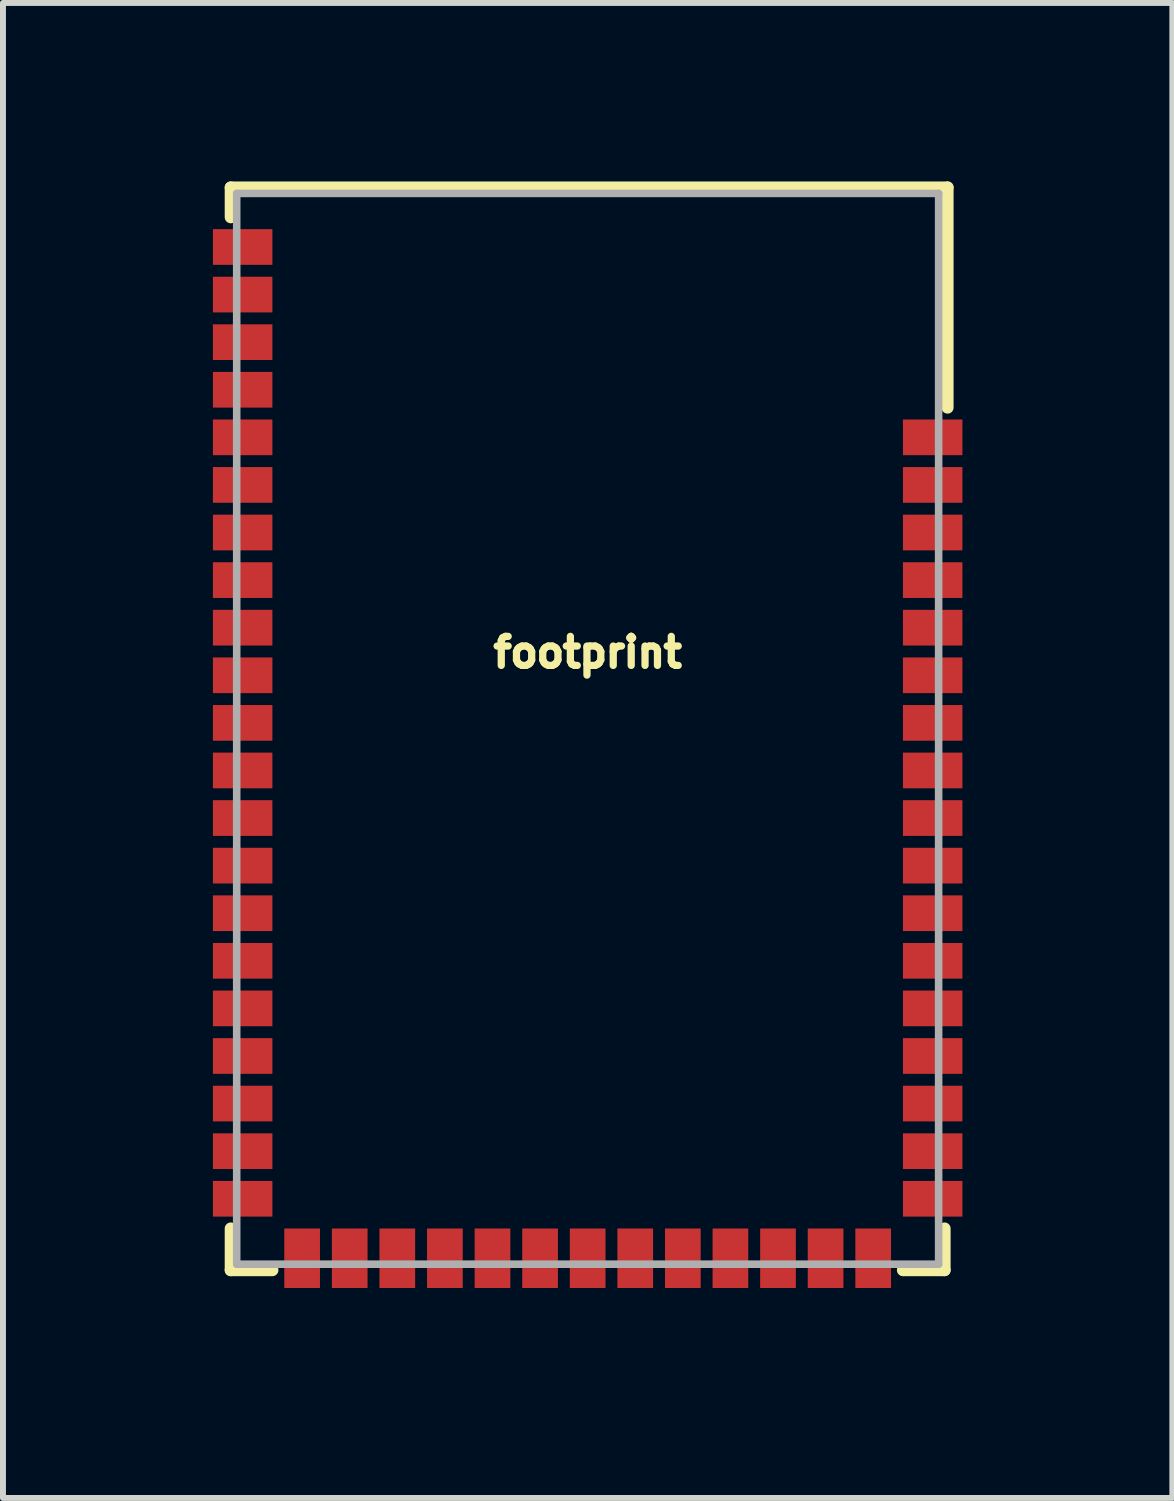
<source format=kicad_pcb>
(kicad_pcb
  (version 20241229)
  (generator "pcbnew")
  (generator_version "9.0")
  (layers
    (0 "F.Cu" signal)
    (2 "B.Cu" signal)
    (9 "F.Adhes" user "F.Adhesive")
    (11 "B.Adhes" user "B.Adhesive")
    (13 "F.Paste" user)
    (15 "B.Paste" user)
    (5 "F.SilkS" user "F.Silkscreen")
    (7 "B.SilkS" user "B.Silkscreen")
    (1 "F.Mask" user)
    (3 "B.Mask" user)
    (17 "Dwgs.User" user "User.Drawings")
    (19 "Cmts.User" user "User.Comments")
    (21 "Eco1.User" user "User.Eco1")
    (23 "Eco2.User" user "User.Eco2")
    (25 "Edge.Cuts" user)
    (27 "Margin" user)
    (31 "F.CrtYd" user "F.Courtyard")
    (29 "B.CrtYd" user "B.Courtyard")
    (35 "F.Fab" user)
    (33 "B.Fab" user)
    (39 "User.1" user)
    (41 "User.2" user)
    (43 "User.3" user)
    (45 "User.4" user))
  (footprint "footprint"
    (layer "F.Cu")
    (at 6.829 9.202)
    (property "Reference" "footprint" (at 0 -1 0) (layer "F.SilkS") (effects (font (size 0.488 0.488) (thickness 0.122)) (justify bottom)))
    (fp_line (start -6 -9.1) (end 6.05 -9.1) (stroke (width 0.203) (type solid)) (layer "F.SilkS"))
    (fp_line (start -6 -8.6) (end -6 -9.1) (stroke (width 0.203) (type solid)) (layer "F.SilkS"))
    (fp_line (start -6 9.1) (end -6 8.4) (stroke (width 0.203) (type solid)) (layer "F.SilkS"))
    (fp_line (start -5.3 9.1) (end -6 9.1) (stroke (width 0.203) (type solid)) (layer "F.SilkS"))
    (fp_line (start 6 8.4) (end 6 9.1) (stroke (width 0.203) (type solid)) (layer "F.SilkS"))
    (fp_line (start 6 9.1) (end 5.3 9.1) (stroke (width 0.203) (type solid)) (layer "F.SilkS"))
    (fp_line (start 6.05 -9.1) (end 6.05 -5.4) (stroke (width 0.203) (type solid)) (layer "F.SilkS"))
    (fp_poly (pts (xy -5.554 -1.894) (xy -5.308 -1.894) (xy -5.308 -1.535) (xy -5.564 -1.535) (xy -5.699 -1.401) (xy -6.829 -1.401) (xy -6.829 -2.003) (xy -5.663 -2.003)) (stroke (width 0) (type solid)) (fill yes) (layer "F.Paste"))
    (fp_poly (pts (xy -5.553 -5.092) (xy -5.307 -5.092) (xy -5.307 -4.734) (xy -5.563 -4.734) (xy -5.698 -4.599) (xy -6.828 -4.599) (xy -6.828 -5.201) (xy -5.662 -5.201)) (stroke (width 0) (type solid)) (fill yes) (layer "F.Paste"))
    (fp_poly (pts (xy -5.552 -7.491) (xy -5.305 -7.491) (xy -5.305 -7.133) (xy -5.562 -7.133) (xy -5.696 -6.998) (xy -6.827 -6.998) (xy -6.827 -7.6) (xy -5.661 -7.6)) (stroke (width 0) (type solid)) (fill yes) (layer "F.Paste"))
    (fp_poly (pts (xy -5.55 2.104) (xy -5.303 2.104) (xy -5.303 2.462) (xy -5.56 2.462) (xy -5.694 2.597) (xy -6.825 2.597) (xy -6.825 1.995) (xy -5.659 1.995)) (stroke (width 0) (type solid)) (fill yes) (layer "F.Paste"))
    (fp_poly (pts (xy -5.549 -1.1) (xy -5.303 -1.1) (xy -5.303 -0.741) (xy -5.56 -0.741) (xy -5.694 -0.607) (xy -6.824 -0.607) (xy -6.824 -1.209) (xy -5.659 -1.209)) (stroke (width 0) (type solid)) (fill yes) (layer "F.Paste"))
    (fp_poly (pts (xy -5.549 -3.49) (xy -5.303 -3.49) (xy -5.303 -3.132) (xy -5.559 -3.132) (xy -5.694 -2.997) (xy -6.824 -2.997) (xy -6.824 -3.599) (xy -5.658 -3.599)) (stroke (width 0) (type solid)) (fill yes) (layer "F.Paste"))
    (fp_poly (pts (xy -5.548 -0.287) (xy -5.302 -0.287) (xy -5.302 0.072) (xy -5.559 0.072) (xy -5.693 0.206) (xy -6.823 0.206) (xy -6.823 -0.396) (xy -5.658 -0.396)) (stroke (width 0) (type solid)) (fill yes) (layer "F.Paste"))
    (fp_poly (pts (xy -5.548 4.506) (xy -5.302 4.506) (xy -5.302 4.865) (xy -5.559 4.865) (xy -5.693 4.999) (xy -6.823 4.999) (xy -6.823 4.397) (xy -5.658 4.397)) (stroke (width 0) (type solid)) (fill yes) (layer "F.Paste"))
    (fp_poly (pts (xy -5.548 0.5) (xy -5.301 0.5) (xy -5.301 0.858) (xy -5.558 0.858) (xy -5.693 0.993) (xy -6.823 0.993) (xy -6.823 0.391) (xy -5.657 0.391)) (stroke (width 0) (type solid)) (fill yes) (layer "F.Paste"))
    (fp_poly (pts (xy -5.548 5.308) (xy -5.301 5.308) (xy -5.301 5.666) (xy -5.558 5.666) (xy -5.692 5.801) (xy -6.823 5.801) (xy -6.823 5.199) (xy -5.657 5.199)) (stroke (width 0) (type solid)) (fill yes) (layer "F.Paste"))
    (fp_poly (pts (xy -5.547 6.118) (xy -5.301 6.118) (xy -5.301 6.476) (xy -5.558 6.476) (xy -5.692 6.611) (xy -6.822 6.611) (xy -6.822 6.009) (xy -5.657 6.009)) (stroke (width 0) (type solid)) (fill yes) (layer "F.Paste"))
    (fp_poly (pts (xy -5.547 6.914) (xy -5.301 6.914) (xy -5.301 7.272) (xy -5.558 7.272) (xy -5.692 7.406) (xy -6.822 7.406) (xy -6.822 6.804) (xy -5.657 6.804)) (stroke (width 0) (type solid)) (fill yes) (layer "F.Paste"))
    (fp_poly (pts (xy -5.547 7.709) (xy -5.301 7.709) (xy -5.301 8.067) (xy -5.558 8.067) (xy -5.692 8.202) (xy -6.822 8.202) (xy -6.822 7.6) (xy -5.657 7.6)) (stroke (width 0) (type solid)) (fill yes) (layer "F.Paste"))
    (fp_poly (pts (xy -5.547 -8.292) (xy -5.3 -8.292) (xy -5.3 -7.934) (xy -5.557 -7.934) (xy -5.692 -7.799) (xy -6.822 -7.799) (xy -6.822 -8.401) (xy -5.656 -8.401)) (stroke (width 0) (type solid)) (fill yes) (layer "F.Paste"))
    (fp_poly (pts (xy -5.547 -6.69) (xy -5.3 -6.69) (xy -5.3 -6.332) (xy -5.557 -6.332) (xy -5.692 -6.197) (xy -6.822 -6.197) (xy -6.822 -6.799) (xy -5.656 -6.799)) (stroke (width 0) (type solid)) (fill yes) (layer "F.Paste"))
    (fp_poly (pts (xy -5.547 -5.892) (xy -5.3 -5.892) (xy -5.3 -5.534) (xy -5.557 -5.534) (xy -5.692 -5.4) (xy -6.822 -5.4) (xy -6.822 -6.002) (xy -5.656 -6.002)) (stroke (width 0) (type solid)) (fill yes) (layer "F.Paste"))
    (fp_poly (pts (xy -5.546 -2.694) (xy -5.299 -2.694) (xy -5.299 -2.336) (xy -5.556 -2.336) (xy -5.691 -2.202) (xy -6.821 -2.202) (xy -6.821 -2.804) (xy -5.655 -2.804)) (stroke (width 0) (type solid)) (fill yes) (layer "F.Paste"))
    (fp_poly (pts (xy -5.546 3.711) (xy -5.299 3.711) (xy -5.299 4.069) (xy -5.556 4.069) (xy -5.691 4.204) (xy -6.821 4.204) (xy -6.821 3.602) (xy -5.655 3.602)) (stroke (width 0) (type solid)) (fill yes) (layer "F.Paste"))
    (fp_poly (pts (xy -5.544 1.312) (xy -5.298 1.312) (xy -5.298 1.67) (xy -5.554 1.67) (xy -5.689 1.805) (xy -6.819 1.805) (xy -6.819 1.203) (xy -5.654 1.203)) (stroke (width 0) (type solid)) (fill yes) (layer "F.Paste"))
    (fp_poly (pts (xy -5.542 2.917) (xy -5.295 2.917) (xy -5.295 3.275) (xy -5.552 3.275) (xy -5.686 3.41) (xy -6.817 3.41) (xy -6.817 2.808) (xy -5.651 2.808)) (stroke (width 0) (type solid)) (fill yes) (layer "F.Paste"))
    (fp_poly (pts (xy -5.539 -4.293) (xy -5.293 -4.293) (xy -5.293 -3.935) (xy -5.549 -3.935) (xy -5.684 -3.8) (xy -6.814 -3.8) (xy -6.814 -4.402) (xy -5.648 -4.402)) (stroke (width 0) (type solid)) (fill yes) (layer "F.Paste"))
    (fp_poly (pts (xy -4.632 8.662) (xy -4.497 8.796) (xy -4.497 9.927) (xy -5.099 9.927) (xy -5.099 8.761) (xy -4.99 8.652) (xy -4.99 8.405) (xy -4.632 8.405)) (stroke (width 0) (type solid)) (fill yes) (layer "F.Paste"))
    (fp_poly (pts (xy -3.826 8.665) (xy -3.691 8.8) (xy -3.691 9.93) (xy -4.293 9.93) (xy -4.293 8.765) (xy -4.184 8.655) (xy -4.184 8.409) (xy -3.826 8.409)) (stroke (width 0) (type solid)) (fill yes) (layer "F.Paste"))
    (fp_poly (pts (xy -3.019 8.659) (xy -2.884 8.793) (xy -2.884 9.924) (xy -3.486 9.924) (xy -3.486 8.758) (xy -3.377 8.648) (xy -3.377 8.402) (xy -3.019 8.402)) (stroke (width 0) (type solid)) (fill yes) (layer "F.Paste"))
    (fp_poly (pts (xy -2.224 8.658) (xy -2.089 8.792) (xy -2.089 9.923) (xy -2.691 9.923) (xy -2.691 8.757) (xy -2.582 8.648) (xy -2.582 8.401) (xy -2.224 8.401)) (stroke (width 0) (type solid)) (fill yes) (layer "F.Paste"))
    (fp_poly (pts (xy -1.422 8.665) (xy -1.287 8.799) (xy -1.287 9.93) (xy -1.889 9.93) (xy -1.889 8.764) (xy -1.78 8.655) (xy -1.78 8.408) (xy -1.422 8.408)) (stroke (width 0) (type solid)) (fill yes) (layer "F.Paste"))
    (fp_poly (pts (xy -0.618 8.656) (xy -0.484 8.79) (xy -0.484 9.92) (xy -1.086 9.92) (xy -1.086 8.755) (xy -0.976 8.645) (xy -0.976 8.399) (xy -0.618 8.399)) (stroke (width 0) (type solid)) (fill yes) (layer "F.Paste"))
    (fp_poly (pts (xy 0.178 8.658) (xy 0.313 8.792) (xy 0.313 9.923) (xy -0.289 9.923) (xy -0.289 8.757) (xy -0.18 8.648) (xy -0.18 8.401) (xy 0.178 8.401)) (stroke (width 0) (type solid)) (fill yes) (layer "F.Paste"))
    (fp_poly (pts (xy 0.967 8.665) (xy 1.102 8.8) (xy 1.102 9.93) (xy 0.5 9.93) (xy 0.5 8.765) (xy 0.609 8.655) (xy 0.609 8.409) (xy 0.967 8.409)) (stroke (width 0) (type solid)) (fill yes) (layer "F.Paste"))
    (fp_poly (pts (xy 1.776 8.655) (xy 1.91 8.789) (xy 1.91 9.92) (xy 1.308 9.92) (xy 1.308 8.754) (xy 1.418 8.645) (xy 1.418 8.398) (xy 1.776 8.398)) (stroke (width 0) (type solid)) (fill yes) (layer "F.Paste"))
    (fp_poly (pts (xy 2.575 8.659) (xy 2.709 8.794) (xy 2.709 9.924) (xy 2.107 9.924) (xy 2.107 8.758) (xy 2.217 8.649) (xy 2.217 8.403) (xy 2.575 8.403)) (stroke (width 0) (type solid)) (fill yes) (layer "F.Paste"))
    (fp_poly (pts (xy 3.386 8.658) (xy 3.521 8.792) (xy 3.521 9.923) (xy 2.919 9.923) (xy 2.919 8.757) (xy 3.028 8.648) (xy 3.028 8.401) (xy 3.386 8.401)) (stroke (width 0) (type solid)) (fill yes) (layer "F.Paste"))
    (fp_poly (pts (xy 4.176 8.654) (xy 4.311 8.788) (xy 4.311 9.918) (xy 3.709 9.918) (xy 3.709 8.753) (xy 3.818 8.643) (xy 3.818 8.397) (xy 4.176 8.397)) (stroke (width 0) (type solid)) (fill yes) (layer "F.Paste"))
    (fp_poly (pts (xy 4.974 8.659) (xy 5.108 8.793) (xy 5.108 9.924) (xy 4.506 9.924) (xy 4.506 8.758) (xy 4.615 8.648) (xy 4.615 8.402) (xy 4.974 8.402)) (stroke (width 0) (type solid)) (fill yes) (layer "F.Paste"))
    (fp_poly (pts (xy 6.811 5.795) (xy 5.645 5.795) (xy 5.536 5.686) (xy 5.29 5.686) (xy 5.29 5.328) (xy 5.546 5.328) (xy 5.681 5.193) (xy 6.811 5.193)) (stroke (width 0) (type solid)) (fill yes) (layer "F.Paste"))
    (fp_poly (pts (xy 6.811 -1.398) (xy 5.645 -1.398) (xy 5.536 -1.507) (xy 5.29 -1.507) (xy 5.29 -1.865) (xy 5.546 -1.865) (xy 5.681 -1.999) (xy 6.811 -1.999)) (stroke (width 0) (type solid)) (fill yes) (layer "F.Paste"))
    (fp_poly (pts (xy 6.816 -0.595) (xy 5.65 -0.595) (xy 5.541 -0.704) (xy 5.294 -0.704) (xy 5.294 -1.062) (xy 5.551 -1.062) (xy 5.685 -1.197) (xy 6.816 -1.197)) (stroke (width 0) (type solid)) (fill yes) (layer "F.Paste"))
    (fp_poly (pts (xy 6.816 8.212) (xy 5.65 8.212) (xy 5.541 8.102) (xy 5.295 8.102) (xy 5.295 7.744) (xy 5.551 7.744) (xy 5.686 7.61) (xy 6.816 7.61)) (stroke (width 0) (type solid)) (fill yes) (layer "F.Paste"))
    (fp_poly (pts (xy 6.816 7.406) (xy 5.65 7.406) (xy 5.541 7.297) (xy 5.295 7.297) (xy 5.295 6.939) (xy 5.551 6.939) (xy 5.686 6.804) (xy 6.816 6.804)) (stroke (width 0) (type solid)) (fill yes) (layer "F.Paste"))
    (fp_poly (pts (xy 6.817 6.6) (xy 5.651 6.6) (xy 5.542 6.491) (xy 5.295 6.491) (xy 5.295 6.133) (xy 5.552 6.133) (xy 5.686 5.998) (xy 6.817 5.998)) (stroke (width 0) (type solid)) (fill yes) (layer "F.Paste"))
    (fp_poly (pts (xy 6.818 -4.599) (xy 5.652 -4.599) (xy 5.543 -4.708) (xy 5.296 -4.708) (xy 5.296 -5.066) (xy 5.553 -5.066) (xy 5.688 -5.201) (xy 6.818 -5.201)) (stroke (width 0) (type solid)) (fill yes) (layer "F.Paste"))
    (fp_poly (pts (xy 6.819 4.204) (xy 5.653 4.204) (xy 5.544 4.094) (xy 5.297 4.094) (xy 5.297 3.736) (xy 5.554 3.736) (xy 5.688 3.602) (xy 6.819 3.602)) (stroke (width 0) (type solid)) (fill yes) (layer "F.Paste"))
    (fp_poly (pts (xy 6.822 2.603) (xy 5.656 2.603) (xy 5.547 2.494) (xy 5.3 2.494) (xy 5.3 2.135) (xy 5.557 2.135) (xy 5.691 2.001) (xy 6.822 2.001)) (stroke (width 0) (type solid)) (fill yes) (layer "F.Paste"))
    (fp_poly (pts (xy 6.822 0.994) (xy 5.657 0.994) (xy 5.547 0.885) (xy 5.301 0.885) (xy 5.301 0.527) (xy 5.558 0.527) (xy 5.692 0.392) (xy 6.822 0.392)) (stroke (width 0) (type solid)) (fill yes) (layer "F.Paste"))
    (fp_poly (pts (xy 6.822 1.8) (xy 5.657 1.8) (xy 5.547 1.69) (xy 5.301 1.69) (xy 5.301 1.332) (xy 5.558 1.332) (xy 5.692 1.198) (xy 6.822 1.198)) (stroke (width 0) (type solid)) (fill yes) (layer "F.Paste"))
    (fp_poly (pts (xy 6.824 4.998) (xy 5.658 4.998) (xy 5.549 4.888) (xy 5.303 4.888) (xy 5.303 4.53) (xy 5.559 4.53) (xy 5.694 4.396) (xy 6.824 4.396)) (stroke (width 0) (type solid)) (fill yes) (layer "F.Paste"))
    (fp_poly (pts (xy 6.825 -3.8) (xy 5.659 -3.8) (xy 5.55 -3.91) (xy 5.303 -3.91) (xy 5.303 -4.268) (xy 5.56 -4.268) (xy 5.694 -4.402) (xy 6.825 -4.402)) (stroke (width 0) (type solid)) (fill yes) (layer "F.Paste"))
    (fp_poly (pts (xy 6.827 -2.198) (xy 5.661 -2.198) (xy 5.552 -2.307) (xy 5.306 -2.307) (xy 5.306 -2.665) (xy 5.562 -2.665) (xy 5.697 -2.8) (xy 6.827 -2.8)) (stroke (width 0) (type solid)) (fill yes) (layer "F.Paste"))
    (fp_poly (pts (xy 6.828 3.404) (xy 5.662 3.404) (xy 5.553 3.295) (xy 5.306 3.295) (xy 5.306 2.937) (xy 5.563 2.937) (xy 5.697 2.802) (xy 6.828 2.802)) (stroke (width 0) (type solid)) (fill yes) (layer "F.Paste"))
    (fp_poly (pts (xy 6.828 -2.998) (xy 5.662 -2.998) (xy 5.553 -3.107) (xy 5.307 -3.107) (xy 5.307 -3.465) (xy 5.563 -3.465) (xy 5.698 -3.6) (xy 6.828 -3.6)) (stroke (width 0) (type solid)) (fill yes) (layer "F.Paste"))
    (fp_poly (pts (xy 6.829 0.203) (xy 5.663 0.203) (xy 5.554 0.094) (xy 5.308 0.094) (xy 5.308 -0.264) (xy 5.564 -0.264) (xy 5.699 -0.399) (xy 6.829 -0.399)) (stroke (width 0) (type solid)) (fill yes) (layer "F.Paste"))
    (fp_line (start -5.9 -9) (end 5.9 -9) (stroke (width 0.127) (type solid)) (layer "F.Fab"))
    (fp_line (start -5.9 9) (end -5.9 -9) (stroke (width 0.127) (type solid)) (layer "F.Fab"))
    (fp_line (start 5.9 -9) (end 5.9 9) (stroke (width 0.127) (type solid)) (layer "F.Fab"))
    (fp_line (start 5.9 9) (end -5.9 9) (stroke (width 0.127) (type solid)) (layer "F.Fab"))
    (pad "1" smd rect (at -5.8 -8.1) (size 1 0.6) (layers "F.Cu" "F.Mask"))
    (pad "2" smd rect (at -5.8 -7.3) (size 1 0.6) (layers "F.Cu" "F.Mask"))
    (pad "3" smd rect (at -5.8 -6.5) (size 1 0.6) (layers "F.Cu" "F.Mask"))
    (pad "4" smd rect (at -5.8 -5.7) (size 1 0.6) (layers "F.Cu" "F.Mask"))
    (pad "5" smd rect (at -5.8 -4.9) (size 1 0.6) (layers "F.Cu" "F.Mask"))
    (pad "6" smd rect (at -5.8 -4.1) (size 1 0.6) (layers "F.Cu" "F.Mask"))
    (pad "7" smd rect (at -5.8 -3.3) (size 1 0.6) (layers "F.Cu" "F.Mask"))
    (pad "8" smd rect (at -5.8 -2.5) (size 1 0.6) (layers "F.Cu" "F.Mask"))
    (pad "9" smd rect (at -5.8 -1.7) (size 1 0.6) (layers "F.Cu" "F.Mask"))
    (pad "10" smd rect (at -5.8 -0.9) (size 1 0.6) (layers "F.Cu" "F.Mask"))
    (pad "11" smd rect (at -5.8 -0.1) (size 1 0.6) (layers "F.Cu" "F.Mask"))
    (pad "12" smd rect (at -5.8 0.7) (size 1 0.6) (layers "F.Cu" "F.Mask"))
    (pad "13" smd rect (at -5.8 1.5) (size 1 0.6) (layers "F.Cu" "F.Mask"))
    (pad "14" smd rect (at -5.8 2.3) (size 1 0.6) (layers "F.Cu" "F.Mask"))
    (pad "15" smd rect (at -5.8 3.1) (size 1 0.6) (layers "F.Cu" "F.Mask"))
    (pad "16" smd rect (at -5.8 3.9) (size 1 0.6) (layers "F.Cu" "F.Mask"))
    (pad "17" smd rect (at -5.8 4.7) (size 1 0.6) (layers "F.Cu" "F.Mask"))
    (pad "18" smd rect (at -5.8 5.5) (size 1 0.6) (layers "F.Cu" "F.Mask"))
    (pad "19" smd rect (at -5.8 6.3) (size 1 0.6) (layers "F.Cu" "F.Mask"))
    (pad "20" smd rect (at -5.8 7.1) (size 1 0.6) (layers "F.Cu" "F.Mask"))
    (pad "21" smd rect (at -5.8 7.9) (size 1 0.6) (layers "F.Cu" "F.Mask"))
    (pad "22" smd rect (at -4.8 8.9 90) (size 1 0.6) (layers "F.Cu" "F.Mask"))
    (pad "23" smd rect (at -4 8.9 90) (size 1 0.6) (layers "F.Cu" "F.Mask"))
    (pad "24" smd rect (at -3.2 8.9 90) (size 1 0.6) (layers "F.Cu" "F.Mask"))
    (pad "25" smd rect (at -2.4 8.9 90) (size 1 0.6) (layers "F.Cu" "F.Mask"))
    (pad "26" smd rect (at -1.6 8.9 90) (size 1 0.6) (layers "F.Cu" "F.Mask"))
    (pad "27" smd rect (at -0.8 8.9 90) (size 1 0.6) (layers "F.Cu" "F.Mask"))
    (pad "28" smd rect (at 0 8.9 90) (size 1 0.6) (layers "F.Cu" "F.Mask"))
    (pad "29" smd rect (at 0.8 8.9 90) (size 1 0.6) (layers "F.Cu" "F.Mask"))
    (pad "30" smd rect (at 1.6 8.9 90) (size 1 0.6) (layers "F.Cu" "F.Mask"))
    (pad "31" smd rect (at 2.4 8.9 90) (size 1 0.6) (layers "F.Cu" "F.Mask"))
    (pad "32" smd rect (at 3.2 8.9 90) (size 1 0.6) (layers "F.Cu" "F.Mask"))
    (pad "33" smd rect (at 4 8.9 90) (size 1 0.6) (layers "F.Cu" "F.Mask"))
    (pad "34" smd rect (at 4.8 8.9 90) (size 1 0.6) (layers "F.Cu" "F.Mask"))
    (pad "35" smd rect (at 5.8 7.9) (size 1 0.6) (layers "F.Cu" "F.Mask"))
    (pad "36" smd rect (at 5.8 7.1) (size 1 0.6) (layers "F.Cu" "F.Mask"))
    (pad "37" smd rect (at 5.8 6.3) (size 1 0.6) (layers "F.Cu" "F.Mask"))
    (pad "38" smd rect (at 5.8 5.5) (size 1 0.6) (layers "F.Cu" "F.Mask"))
    (pad "39" smd rect (at 5.8 4.7) (size 1 0.6) (layers "F.Cu" "F.Mask"))
    (pad "40" smd rect (at 5.8 3.9) (size 1 0.6) (layers "F.Cu" "F.Mask"))
    (pad "41" smd rect (at 5.8 3.1) (size 1 0.6) (layers "F.Cu" "F.Mask"))
    (pad "42" smd rect (at 5.8 2.3) (size 1 0.6) (layers "F.Cu" "F.Mask"))
    (pad "43" smd rect (at 5.8 1.5) (size 1 0.6) (layers "F.Cu" "F.Mask"))
    (pad "44" smd rect (at 5.8 0.7) (size 1 0.6) (layers "F.Cu" "F.Mask"))
    (pad "45" smd rect (at 5.8 -0.1) (size 1 0.6) (layers "F.Cu" "F.Mask"))
    (pad "46" smd rect (at 5.8 -0.9) (size 1 0.6) (layers "F.Cu" "F.Mask"))
    (pad "47" smd rect (at 5.8 -1.7) (size 1 0.6) (layers "F.Cu" "F.Mask"))
    (pad "48" smd rect (at 5.8 -2.5) (size 1 0.6) (layers "F.Cu" "F.Mask"))
    (pad "49" smd rect (at 5.8 -3.3) (size 1 0.6) (layers "F.Cu" "F.Mask"))
    (pad "50" smd rect (at 5.8 -4.1) (size 1 0.6) (layers "F.Cu" "F.Mask"))
    (pad "51" smd rect (at 5.8 -4.9) (size 1 0.6) (layers "F.Cu" "F.Mask"))
    (zone (net_name "") (layer "F.Cu") (hatch edge 0.508) (connect_pads) (min_thickness 0.254) (filled_areas_thickness no) (keepout (tracks not_allowed) (vias not_allowed) (pads not_allowed) (copperpour not_allowed) (footprints allowed)) (placement (enabled no)) (fill) (polygon (pts (xy 12.729 0.202) (xy 4.729 0.202) (xy 4.729 3.952) (xy 12.729 3.952))))
    (zone (net_name "") (layer "B.Cu") (hatch edge 0.508) (connect_pads) (min_thickness 0.254) (filled_areas_thickness no) (keepout (tracks not_allowed) (vias not_allowed) (pads not_allowed) (copperpour not_allowed) (footprints allowed)) (placement (enabled no)) (fill) (polygon (pts (xy 12.729 0.202) (xy 4.729 0.202) (xy 4.729 3.952) (xy 12.729 3.952)))))
  (gr_rect
    (start -3 -3)
    (end 16.658 22.132)
    (stroke (width 0.1) (type default))
    (fill no)
    (layer "Edge.Cuts")))
</source>
